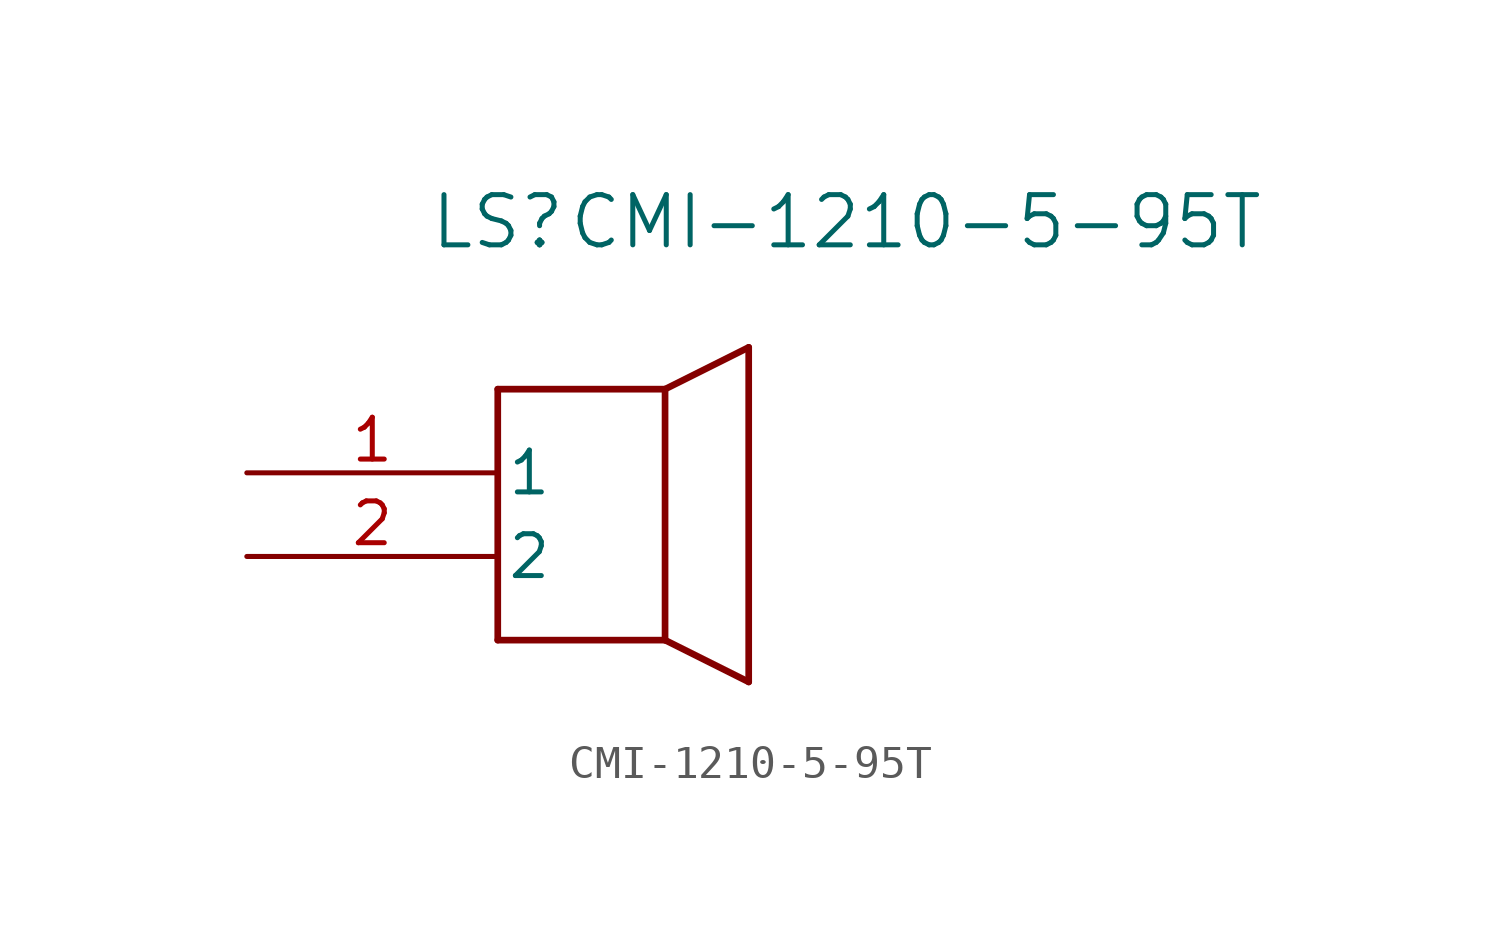
<source format=kicad_sym>
(kicad_symbol_lib
  (version 20231120)
  (generator "kicad_symbol_editor")
  (generator_version "8.0")
  (symbol "CMI-1210-5-95T"
    (pin_names
      (offset 0.254))
    (property "Reference" "LS"
      (at 7.62 7.62 0)
      (effects (font (size 1.524 1.524))))
    (property "Value" "CMI-1210-5-95T"
      (at 20.32 7.62 0)
      (effects (font (size 1.524 1.524))))
    (property "ki_locked" ""
      (at 0 0 0)
      (effects (font (size 1.27 1.27))))
    (symbol "CMI-1210-5-95T_0_1"
      (polyline (pts (xy 7.62 -5.08) (xy 12.7 -5.08)) (stroke (width 0.203) (type default)) (fill (type none)))
      (polyline (pts (xy 7.62 2.54) (xy 7.62 -5.08)) (stroke (width 0.203) (type default)) (fill (type none)))
      (polyline (pts (xy 12.7 -5.08) (xy 12.7 2.54)) (stroke (width 0.203) (type default)) (fill (type none)))
      (polyline (pts (xy 12.7 2.54) (xy 7.62 2.54)) (stroke (width 0.203) (type default)) (fill (type none)))
      (polyline (pts (xy 12.7 2.54) (xy 15.24 3.81)) (stroke (width 0.203) (type default)) (fill (type none)))
      (polyline (pts (xy 15.24 -6.35) (xy 12.7 -5.08)) (stroke (width 0.203) (type default)) (fill (type none)))
      (polyline (pts (xy 15.24 3.81) (xy 15.24 -6.35)) (stroke (width 0.203) (type default)) (fill (type none))))
    (symbol "CMI-1210-5-95T_1_1"
      (pin passive line (at 0 0 0) (length 7.62) (name "1" (effects (font (size 1.27 1.27)))) (number "1" (effects (font (size 1.27 1.27)))))
      (pin passive line (at 0 -2.54 0) (length 7.62) (name "2" (effects (font (size 1.27 1.27)))) (number "2" (effects (font (size 1.27 1.27))))))))
</source>
